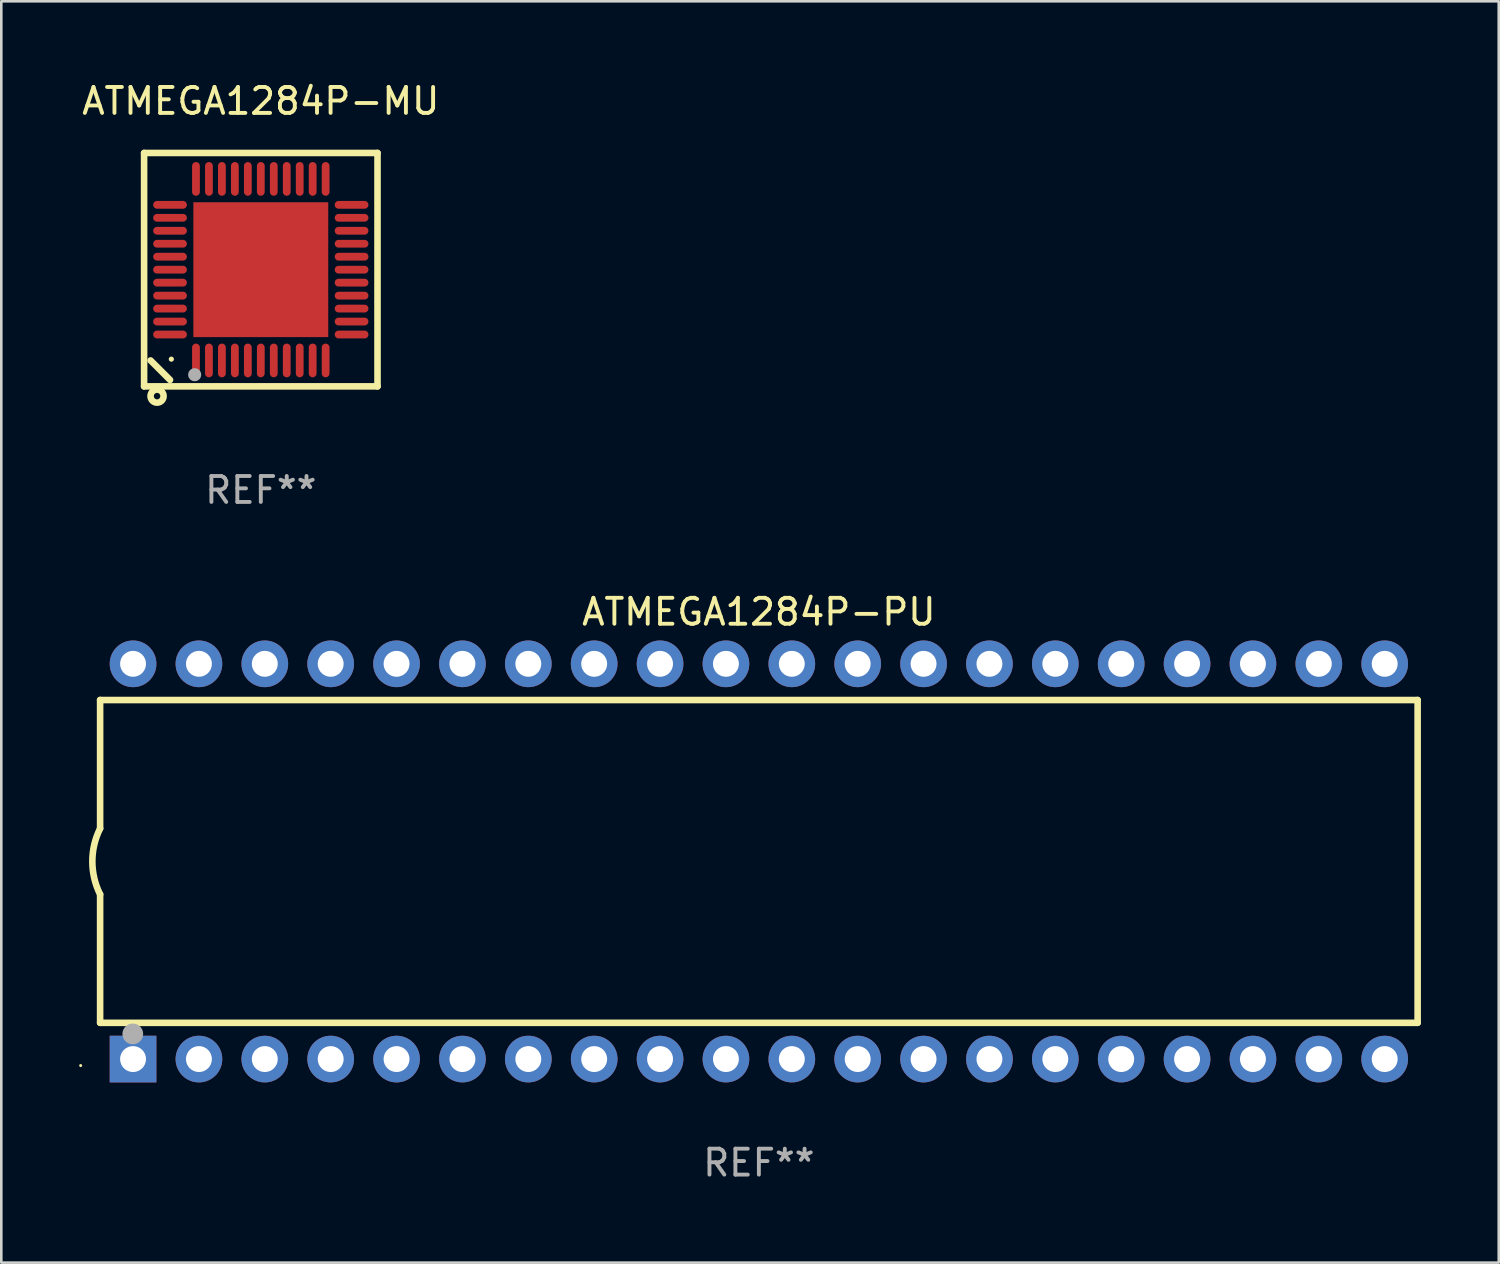
<source format=kicad_pcb>
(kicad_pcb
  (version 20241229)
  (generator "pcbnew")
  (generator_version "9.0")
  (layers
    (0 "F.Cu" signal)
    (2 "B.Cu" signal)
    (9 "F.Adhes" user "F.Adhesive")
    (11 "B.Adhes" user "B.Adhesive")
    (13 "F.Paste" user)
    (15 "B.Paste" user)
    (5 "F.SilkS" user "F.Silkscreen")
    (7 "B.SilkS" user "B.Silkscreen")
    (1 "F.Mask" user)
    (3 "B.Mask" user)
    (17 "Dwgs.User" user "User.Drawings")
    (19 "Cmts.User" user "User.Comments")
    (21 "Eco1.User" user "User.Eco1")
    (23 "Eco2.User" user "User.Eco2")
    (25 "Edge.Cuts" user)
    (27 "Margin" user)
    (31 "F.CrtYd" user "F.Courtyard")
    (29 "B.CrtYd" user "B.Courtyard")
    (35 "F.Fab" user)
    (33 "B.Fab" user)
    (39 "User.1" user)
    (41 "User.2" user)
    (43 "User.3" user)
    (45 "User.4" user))
  (footprint "ATMEGA1284P-PU"
    (layer "F.Cu")
    (at 26.21 30.165)
    (property "Reference" "ATMEGA1284P-PU" (at 0 -9.62 0) (layer "F.SilkS") (effects (font (size 1 1) (thickness 0.15))))
    (attr through_hole)
    (fp_line (start -25.4 -6.224) (end -25.4 -1.271) (stroke (width 0.254) (type solid)) (layer "F.SilkS"))
    (fp_line (start -25.4 -6.224) (end 25.4 -6.224) (stroke (width 0.254) (type solid)) (layer "F.SilkS"))
    (fp_line (start -25.4 1.269) (end -25.4 6.222) (stroke (width 0.254) (type solid)) (layer "F.SilkS"))
    (fp_line (start -25.4 6.222) (end 25.4 6.222) (stroke (width 0.254) (type solid)) (layer "F.SilkS"))
    (fp_line (start 25.4 6.222) (end 25.4 -6.224) (stroke (width 0.254) (type solid)) (layer "F.SilkS"))
    (fp_arc (start -25.4 1.269241) (mid -25.699807 -0.000762) (end -25.4 -1.270765) (stroke (width 0.254001) (type solid)) (layer "F.SilkS"))
    (fp_circle (center -26.15 7.87) (end -26.12 7.87) (stroke (width 0.06) (type solid)) (fill no) (layer "F.SilkS"))
    (fp_circle (center -24.14 6.65) (end -23.94 6.65) (stroke (width 0.4) (type solid)) (fill no) (layer "F.Fab"))
    (fp_text user "REF**" (at 0 11.62 0) (layer "F.Fab") (effects (font (size 1 1) (thickness 0.15))))
    (pad "1" thru_hole rect (at -24.13 7.62 90) (size 1.8 1.8) (drill 1) (layers "*.Cu" "*.Mask"))
    (pad "2" thru_hole circle (at -21.59 7.62) (size 1.8 1.8) (drill 1) (layers "*.Cu" "*.Mask"))
    (pad "3" thru_hole circle (at -19.05 7.62) (size 1.8 1.8) (drill 1) (layers "*.Cu" "*.Mask"))
    (pad "4" thru_hole circle (at -16.51 7.62) (size 1.8 1.8) (drill 1) (layers "*.Cu" "*.Mask"))
    (pad "5" thru_hole circle (at -13.97 7.62) (size 1.8 1.8) (drill 1) (layers "*.Cu" "*.Mask"))
    (pad "6" thru_hole circle (at -11.43 7.62) (size 1.8 1.8) (drill 1) (layers "*.Cu" "*.Mask"))
    (pad "7" thru_hole circle (at -8.89 7.62) (size 1.8 1.8) (drill 1) (layers "*.Cu" "*.Mask"))
    (pad "8" thru_hole circle (at -6.35 7.62) (size 1.8 1.8) (drill 1) (layers "*.Cu" "*.Mask"))
    (pad "9" thru_hole circle (at -3.81 7.62) (size 1.8 1.8) (drill 1) (layers "*.Cu" "*.Mask"))
    (pad "10" thru_hole circle (at -1.27 7.62) (size 1.8 1.8) (drill 1) (layers "*.Cu" "*.Mask"))
    (pad "11" thru_hole circle (at 1.27 7.62) (size 1.8 1.8) (drill 1) (layers "*.Cu" "*.Mask"))
    (pad "12" thru_hole circle (at 3.81 7.62) (size 1.8 1.8) (drill 1) (layers "*.Cu" "*.Mask"))
    (pad "13" thru_hole circle (at 6.35 7.62) (size 1.8 1.8) (drill 1) (layers "*.Cu" "*.Mask"))
    (pad "14" thru_hole circle (at 8.89 7.62) (size 1.8 1.8) (drill 1) (layers "*.Cu" "*.Mask"))
    (pad "15" thru_hole circle (at 11.43 7.62) (size 1.8 1.8) (drill 1) (layers "*.Cu" "*.Mask"))
    (pad "16" thru_hole circle (at 13.97 7.62) (size 1.8 1.8) (drill 1) (layers "*.Cu" "*.Mask"))
    (pad "17" thru_hole circle (at 16.51 7.62) (size 1.8 1.8) (drill 1) (layers "*.Cu" "*.Mask"))
    (pad "18" thru_hole circle (at 19.05 7.62) (size 1.8 1.8) (drill 1) (layers "*.Cu" "*.Mask"))
    (pad "19" thru_hole circle (at 21.59 7.62) (size 1.8 1.8) (drill 1) (layers "*.Cu" "*.Mask"))
    (pad "20" thru_hole circle (at 24.13 7.62) (size 1.8 1.8) (drill 1) (layers "*.Cu" "*.Mask"))
    (pad "21" thru_hole circle (at 24.13 -7.62) (size 1.8 1.8) (drill 1) (layers "*.Cu" "*.Mask"))
    (pad "22" thru_hole circle (at 21.59 -7.62) (size 1.8 1.8) (drill 1) (layers "*.Cu" "*.Mask"))
    (pad "23" thru_hole circle (at 19.05 -7.62) (size 1.8 1.8) (drill 1) (layers "*.Cu" "*.Mask"))
    (pad "24" thru_hole circle (at 16.51 -7.62) (size 1.8 1.8) (drill 1) (layers "*.Cu" "*.Mask"))
    (pad "25" thru_hole circle (at 13.97 -7.62) (size 1.8 1.8) (drill 1) (layers "*.Cu" "*.Mask"))
    (pad "26" thru_hole circle (at 11.43 -7.62) (size 1.8 1.8) (drill 1) (layers "*.Cu" "*.Mask"))
    (pad "27" thru_hole circle (at 8.89 -7.62) (size 1.8 1.8) (drill 1) (layers "*.Cu" "*.Mask"))
    (pad "28" thru_hole circle (at 6.35 -7.62) (size 1.8 1.8) (drill 1) (layers "*.Cu" "*.Mask"))
    (pad "29" thru_hole circle (at 3.81 -7.62) (size 1.8 1.8) (drill 1) (layers "*.Cu" "*.Mask"))
    (pad "30" thru_hole circle (at 1.27 -7.62) (size 1.8 1.8) (drill 1) (layers "*.Cu" "*.Mask"))
    (pad "31" thru_hole circle (at -1.27 -7.62) (size 1.8 1.8) (drill 1) (layers "*.Cu" "*.Mask"))
    (pad "32" thru_hole circle (at -3.81 -7.62) (size 1.8 1.8) (drill 1) (layers "*.Cu" "*.Mask"))
    (pad "33" thru_hole circle (at -6.35 -7.62) (size 1.8 1.8) (drill 1) (layers "*.Cu" "*.Mask"))
    (pad "34" thru_hole circle (at -8.89 -7.62) (size 1.8 1.8) (drill 1) (layers "*.Cu" "*.Mask"))
    (pad "35" thru_hole circle (at -11.43 -7.62) (size 1.8 1.8) (drill 1) (layers "*.Cu" "*.Mask"))
    (pad "36" thru_hole circle (at -13.97 -7.62) (size 1.8 1.8) (drill 1) (layers "*.Cu" "*.Mask"))
    (pad "37" thru_hole circle (at -16.51 -7.62) (size 1.8 1.8) (drill 1) (layers "*.Cu" "*.Mask"))
    (pad "38" thru_hole circle (at -19.05 -7.62) (size 1.8 1.8) (drill 1) (layers "*.Cu" "*.Mask"))
    (pad "39" thru_hole circle (at -21.59 -7.62) (size 1.8 1.8) (drill 1) (layers "*.Cu" "*.Mask"))
    (pad "40" thru_hole circle (at -24.13 -7.62) (size 1.8 1.8) (drill 1) (layers "*.Cu" "*.Mask")))
  (footprint "ATMEGA1284P-MU"
    (layer "F.Cu")
    (at 7.006 7.348)
    (property "Reference" "ATMEGA1284P-MU" (at 0 -6.5 0) (layer "F.SilkS") (effects (font (size 1 1) (thickness 0.15))))
    (attr through_hole)
    (fp_line (start -4.5 -4.5) (end -4.5 4.5) (stroke (width 0.254) (type solid)) (layer "F.SilkS"))
    (fp_line (start -4.5 4.5) (end 4.5 4.5) (stroke (width 0.254) (type solid)) (layer "F.SilkS"))
    (fp_line (start -3.5 4.25) (end -4.25 3.5) (stroke (width 0.254) (type solid)) (layer "F.SilkS"))
    (fp_line (start 4.5 -4.5) (end -4.5 -4.5) (stroke (width 0.254) (type solid)) (layer "F.SilkS"))
    (fp_line (start 4.5 4.5) (end 4.5 -4.5) (stroke (width 0.254) (type solid)) (layer "F.SilkS"))
    (fp_circle (center -4 4.875) (end -3.875 4.875) (stroke (width 0.254) (type solid)) (fill no) (layer "F.SilkS"))
    (fp_circle (center -3.45 3.45) (end -3.4 3.45) (stroke (width 0.1) (type solid)) (fill no) (layer "F.SilkS"))
    (fp_circle (center -2.55 4.05) (end -2.423 4.05) (stroke (width 0.254) (type solid)) (fill no) (layer "F.Fab"))
    (fp_text user "REF**" (at 0 8.5 0) (layer "F.Fab") (effects (font (size 1 1) (thickness 0.15))))
    (pad "1" smd oval (at -2.5 3.5 90) (size 1.3 0.3) (layers "F.Cu" "F.Mask" "F.Paste"))
    (pad "2" smd oval (at -2 3.5 90) (size 1.3 0.3) (layers "F.Cu" "F.Mask" "F.Paste"))
    (pad "3" smd oval (at -1.5 3.5 90) (size 1.3 0.3) (layers "F.Cu" "F.Mask" "F.Paste"))
    (pad "4" smd oval (at -1 3.5 90) (size 1.3 0.3) (layers "F.Cu" "F.Mask" "F.Paste"))
    (pad "5" smd oval (at -0.5 3.5 90) (size 1.3 0.3) (layers "F.Cu" "F.Mask" "F.Paste"))
    (pad "6" smd oval (at 0.000025 3.5 90) (size 1.3 0.3) (layers "F.Cu" "F.Mask" "F.Paste"))
    (pad "7" smd oval (at 0.5 3.5 90) (size 1.3 0.3) (layers "F.Cu" "F.Mask" "F.Paste"))
    (pad "8" smd oval (at 1 3.5 90) (size 1.3 0.3) (layers "F.Cu" "F.Mask" "F.Paste"))
    (pad "9" smd oval (at 1.5 3.5 90) (size 1.3 0.3) (layers "F.Cu" "F.Mask" "F.Paste"))
    (pad "10" smd oval (at 2 3.5 90) (size 1.3 0.3) (layers "F.Cu" "F.Mask" "F.Paste"))
    (pad "11" smd oval (at 2.5 3.5 90) (size 1.3 0.3) (layers "F.Cu" "F.Mask" "F.Paste"))
    (pad "12" smd oval (at 3.5 2.5 90) (size 0.3 1.3) (layers "F.Cu" "F.Mask" "F.Paste"))
    (pad "13" smd oval (at 3.5 2 90) (size 0.3 1.3) (layers "F.Cu" "F.Mask" "F.Paste"))
    (pad "14" smd oval (at 3.5 1.5 90) (size 0.3 1.3) (layers "F.Cu" "F.Mask" "F.Paste"))
    (pad "15" smd oval (at 3.5 1 90) (size 0.3 1.3) (layers "F.Cu" "F.Mask" "F.Paste"))
    (pad "16" smd oval (at 3.5 0.5 90) (size 0.3 1.3) (layers "F.Cu" "F.Mask" "F.Paste"))
    (pad "17" smd oval (at 3.5 0.000025 90) (size 0.3 1.3) (layers "F.Cu" "F.Mask" "F.Paste"))
    (pad "18" smd oval (at 3.5 -0.5 90) (size 0.3 1.3) (layers "F.Cu" "F.Mask" "F.Paste"))
    (pad "19" smd oval (at 3.5 -1 90) (size 0.3 1.3) (layers "F.Cu" "F.Mask" "F.Paste"))
    (pad "20" smd oval (at 3.5 -1.5 90) (size 0.3 1.3) (layers "F.Cu" "F.Mask" "F.Paste"))
    (pad "21" smd oval (at 3.5 -2 90) (size 0.3 1.3) (layers "F.Cu" "F.Mask" "F.Paste"))
    (pad "22" smd oval (at 3.5 -2.5 90) (size 0.3 1.3) (layers "F.Cu" "F.Mask" "F.Paste"))
    (pad "23" smd oval (at 2.5 -3.5 90) (size 1.3 0.3) (layers "F.Cu" "F.Mask" "F.Paste"))
    (pad "24" smd oval (at 2 -3.5 90) (size 1.3 0.3) (layers "F.Cu" "F.Mask" "F.Paste"))
    (pad "25" smd oval (at 1.5 -3.5 90) (size 1.3 0.3) (layers "F.Cu" "F.Mask" "F.Paste"))
    (pad "26" smd oval (at 1 -3.5 90) (size 1.3 0.3) (layers "F.Cu" "F.Mask" "F.Paste"))
    (pad "27" smd oval (at 0.5 -3.5 90) (size 1.3 0.3) (layers "F.Cu" "F.Mask" "F.Paste"))
    (pad "28" smd oval (at 0.000025 -3.5 90) (size 1.3 0.3) (layers "F.Cu" "F.Mask" "F.Paste"))
    (pad "29" smd oval (at -0.5 -3.5 90) (size 1.3 0.3) (layers "F.Cu" "F.Mask" "F.Paste"))
    (pad "30" smd oval (at -1 -3.5 90) (size 1.3 0.3) (layers "F.Cu" "F.Mask" "F.Paste"))
    (pad "31" smd oval (at -1.5 -3.5 90) (size 1.3 0.3) (layers "F.Cu" "F.Mask" "F.Paste"))
    (pad "32" smd oval (at -2 -3.5 90) (size 1.3 0.3) (layers "F.Cu" "F.Mask" "F.Paste"))
    (pad "33" smd oval (at -2.5 -3.5 90) (size 1.3 0.3) (layers "F.Cu" "F.Mask" "F.Paste"))
    (pad "34" smd oval (at -3.5 -2.5 90) (size 0.3 1.3) (layers "F.Cu" "F.Mask" "F.Paste"))
    (pad "35" smd oval (at -3.5 -2 90) (size 0.3 1.3) (layers "F.Cu" "F.Mask" "F.Paste"))
    (pad "36" smd oval (at -3.5 -1.5 90) (size 0.3 1.3) (layers "F.Cu" "F.Mask" "F.Paste"))
    (pad "37" smd oval (at -3.5 -1 90) (size 0.3 1.3) (layers "F.Cu" "F.Mask" "F.Paste"))
    (pad "38" smd oval (at -3.5 -0.5 90) (size 0.3 1.3) (layers "F.Cu" "F.Mask" "F.Paste"))
    (pad "39" smd oval (at -3.5 0.000025 90) (size 0.3 1.3) (layers "F.Cu" "F.Mask" "F.Paste"))
    (pad "40" smd oval (at -3.5 0.5 90) (size 0.3 1.3) (layers "F.Cu" "F.Mask" "F.Paste"))
    (pad "41" smd oval (at -3.5 1 90) (size 0.3 1.3) (layers "F.Cu" "F.Mask" "F.Paste"))
    (pad "42" smd oval (at -3.5 1.5 90) (size 0.3 1.3) (layers "F.Cu" "F.Mask" "F.Paste"))
    (pad "43" smd oval (at -3.5 2 90) (size 0.3 1.3) (layers "F.Cu" "F.Mask" "F.Paste"))
    (pad "44" smd oval (at -3.5 2.5 90) (size 0.3 1.3) (layers "F.Cu" "F.Mask" "F.Paste"))
    (pad "45" smd rect (at 0.000025 0.000025 90) (size 5.2 5.2) (layers "F.Cu" "F.Mask" "F.Paste")))
  (gr_rect
    (start -3 -3)
    (end 54.737 45.633)
    (stroke (width 0.1) (type default))
    (fill no)
    (layer "Edge.Cuts")))
</source>
